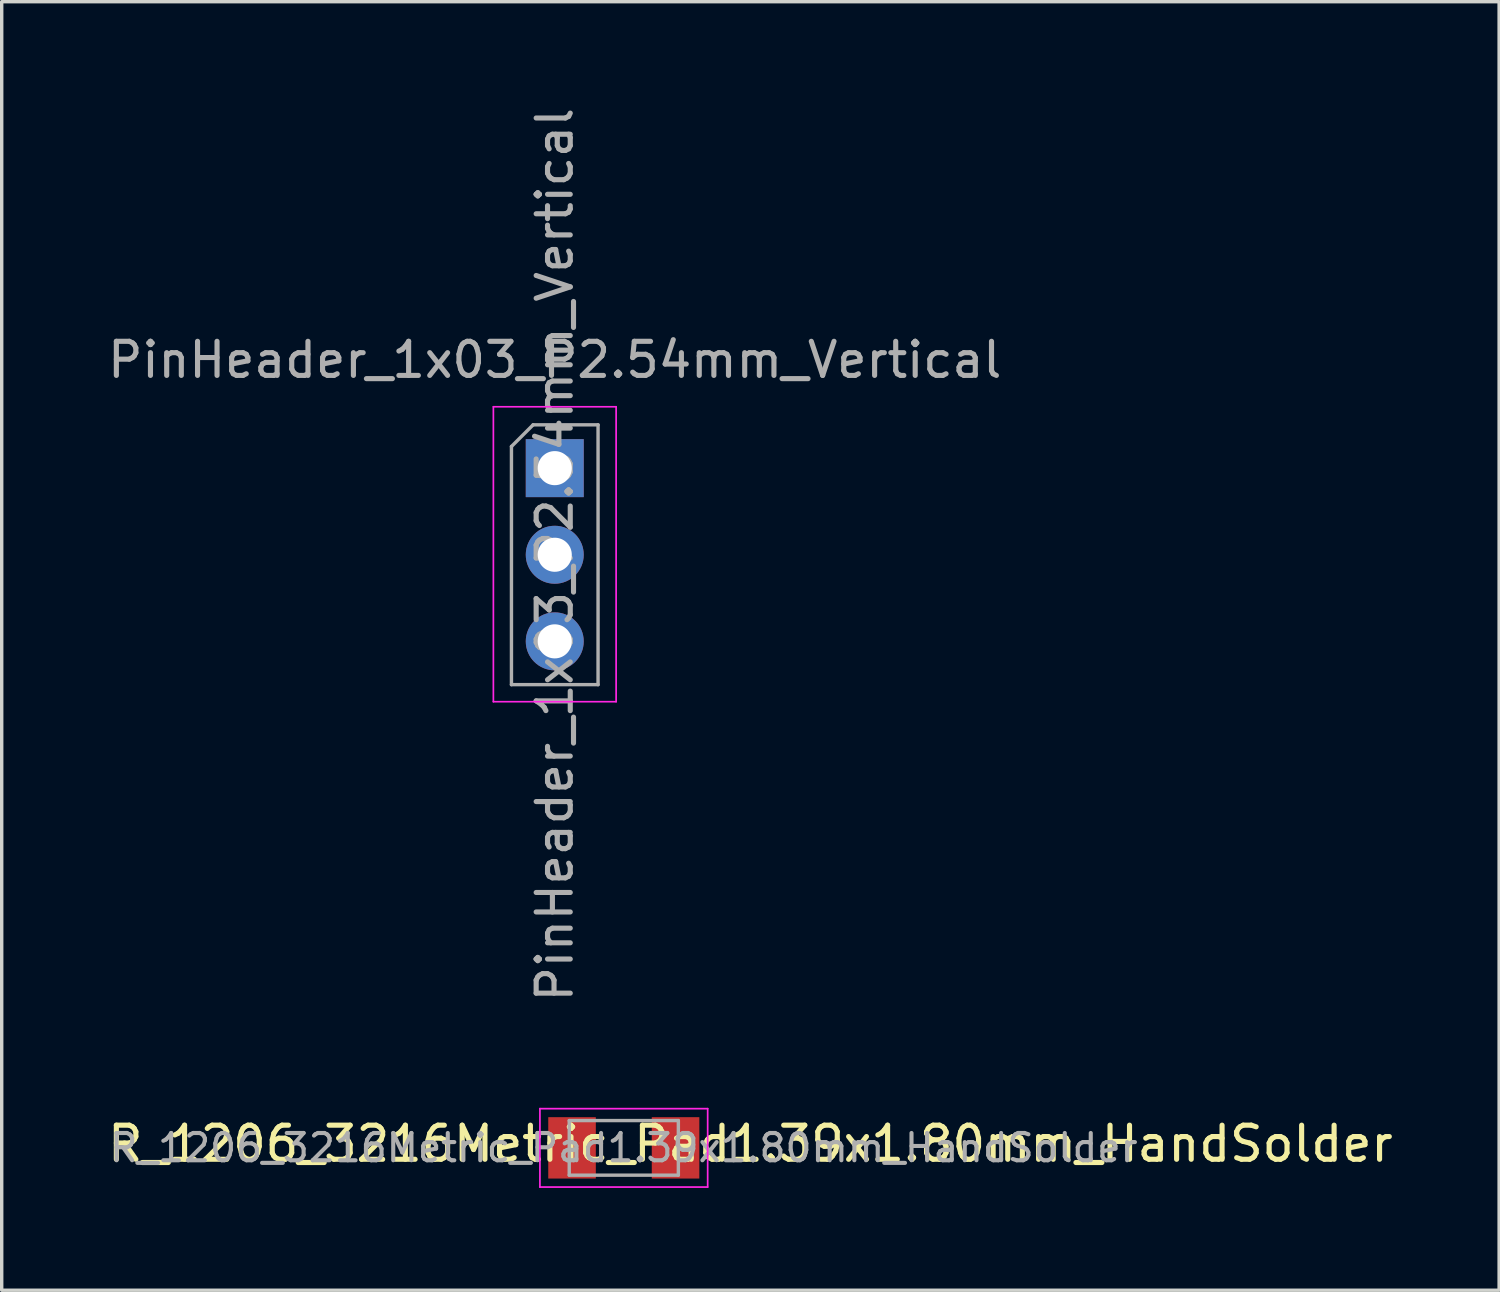
<source format=kicad_pcb>
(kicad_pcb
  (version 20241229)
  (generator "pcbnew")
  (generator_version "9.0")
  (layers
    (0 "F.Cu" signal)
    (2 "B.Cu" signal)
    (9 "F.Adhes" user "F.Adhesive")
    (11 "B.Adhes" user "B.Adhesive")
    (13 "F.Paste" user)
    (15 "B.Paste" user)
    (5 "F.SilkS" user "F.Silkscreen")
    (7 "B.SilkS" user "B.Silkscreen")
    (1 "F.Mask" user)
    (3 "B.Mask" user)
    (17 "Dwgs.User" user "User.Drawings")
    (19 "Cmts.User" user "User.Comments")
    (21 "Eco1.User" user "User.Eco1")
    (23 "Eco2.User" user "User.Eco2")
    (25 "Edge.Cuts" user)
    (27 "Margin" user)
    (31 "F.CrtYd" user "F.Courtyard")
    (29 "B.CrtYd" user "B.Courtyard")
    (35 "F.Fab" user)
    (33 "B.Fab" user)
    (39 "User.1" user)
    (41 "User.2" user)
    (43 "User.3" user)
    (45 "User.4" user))
  (footprint "R_1206_3216Metric_Pad1.39x1.80mm_HandSolder"
    (layer "F.Cu")
    (at 15.245 30.615)
    (property "Reference" "R_1206_3216Metric_Pad1.39x1.80mm_HandSolder" (at 3.713 -0.12 0) (layer "F.SilkS") (effects (font (size 1 1) (thickness 0.15))))
    (attr smd)
    (fp_line (start -2.46 -1.15) (end 2.46 -1.15) (stroke (width 0.05) (type solid)) (layer "F.CrtYd"))
    (fp_line (start -2.46 1.15) (end -2.46 -1.15) (stroke (width 0.05) (type solid)) (layer "F.CrtYd"))
    (fp_line (start 2.46 -1.15) (end 2.46 1.15) (stroke (width 0.05) (type solid)) (layer "F.CrtYd"))
    (fp_line (start 2.46 1.15) (end -2.46 1.15) (stroke (width 0.05) (type solid)) (layer "F.CrtYd"))
    (fp_line (start -1.6 -0.8) (end 1.6 -0.8) (stroke (width 0.1) (type solid)) (layer "F.Fab"))
    (fp_line (start -1.6 0.8) (end -1.6 -0.8) (stroke (width 0.1) (type solid)) (layer "F.Fab"))
    (fp_line (start 1.6 -0.8) (end 1.6 0.8) (stroke (width 0.1) (type solid)) (layer "F.Fab"))
    (fp_line (start 1.6 0.8) (end -1.6 0.8) (stroke (width 0.1) (type solid)) (layer "F.Fab"))
    (fp_text user "${REFERENCE}" (at 0 0 0) (layer "F.Fab") (effects (font (size 0.8 0.8) (thickness 0.12))))
    (pad "1" smd rect (at -1.518 0) (size 1.395 1.8) (layers "F.Cu" "F.Mask" "F.Paste"))
    (pad "2" smd rect (at 1.518 0) (size 1.395 1.8) (layers "F.Cu" "F.Mask" "F.Paste")))
  (footprint "PinHeader_1x03_P2.54mm_Vertical"
    (layer "F.Cu")
    (at 13.22 10.68)
    (property "Reference" "PinHeader_1x03_P2.54mm_Vertical" (at 0 -3.175 0) (layer "F.Fab") (effects (font (size 1 1) (thickness 0.15))))
    (attr through_hole)
    (fp_line (start -1.8 -1.8) (end -1.8 6.85) (stroke (width 0.05) (type solid)) (layer "F.CrtYd"))
    (fp_line (start -1.8 6.85) (end 1.8 6.85) (stroke (width 0.05) (type solid)) (layer "F.CrtYd"))
    (fp_line (start 1.8 -1.8) (end -1.8 -1.8) (stroke (width 0.05) (type solid)) (layer "F.CrtYd"))
    (fp_line (start 1.8 6.85) (end 1.8 -1.8) (stroke (width 0.05) (type solid)) (layer "F.CrtYd"))
    (fp_line (start -1.27 -0.635) (end -0.635 -1.27) (stroke (width 0.1) (type solid)) (layer "F.Fab"))
    (fp_line (start -1.27 6.35) (end -1.27 -0.635) (stroke (width 0.1) (type solid)) (layer "F.Fab"))
    (fp_line (start -0.635 -1.27) (end 1.27 -1.27) (stroke (width 0.1) (type solid)) (layer "F.Fab"))
    (fp_line (start 1.27 -1.27) (end 1.27 6.35) (stroke (width 0.1) (type solid)) (layer "F.Fab"))
    (fp_line (start 1.27 6.35) (end -1.27 6.35) (stroke (width 0.1) (type solid)) (layer "F.Fab"))
    (fp_text user "${REFERENCE}" (at 0 2.54 90) (layer "F.Fab") (effects (font (size 1 1) (thickness 0.15))))
    (pad "1" thru_hole rect (at 0 0) (size 1.7 1.7) (drill 1) (layers "*.Cu" "*.Mask"))
    (pad "2" thru_hole oval (at 0 2.54) (size 1.7 1.7) (drill 1) (layers "*.Cu" "*.Mask"))
    (pad "3" thru_hole oval (at 0 5.08) (size 1.7 1.7) (drill 1) (layers "*.Cu" "*.Mask")))
  (gr_rect
    (start -3 -3)
    (end 40.917 34.79)
    (stroke (width 0.1) (type default))
    (fill no)
    (layer "Edge.Cuts")))
</source>
